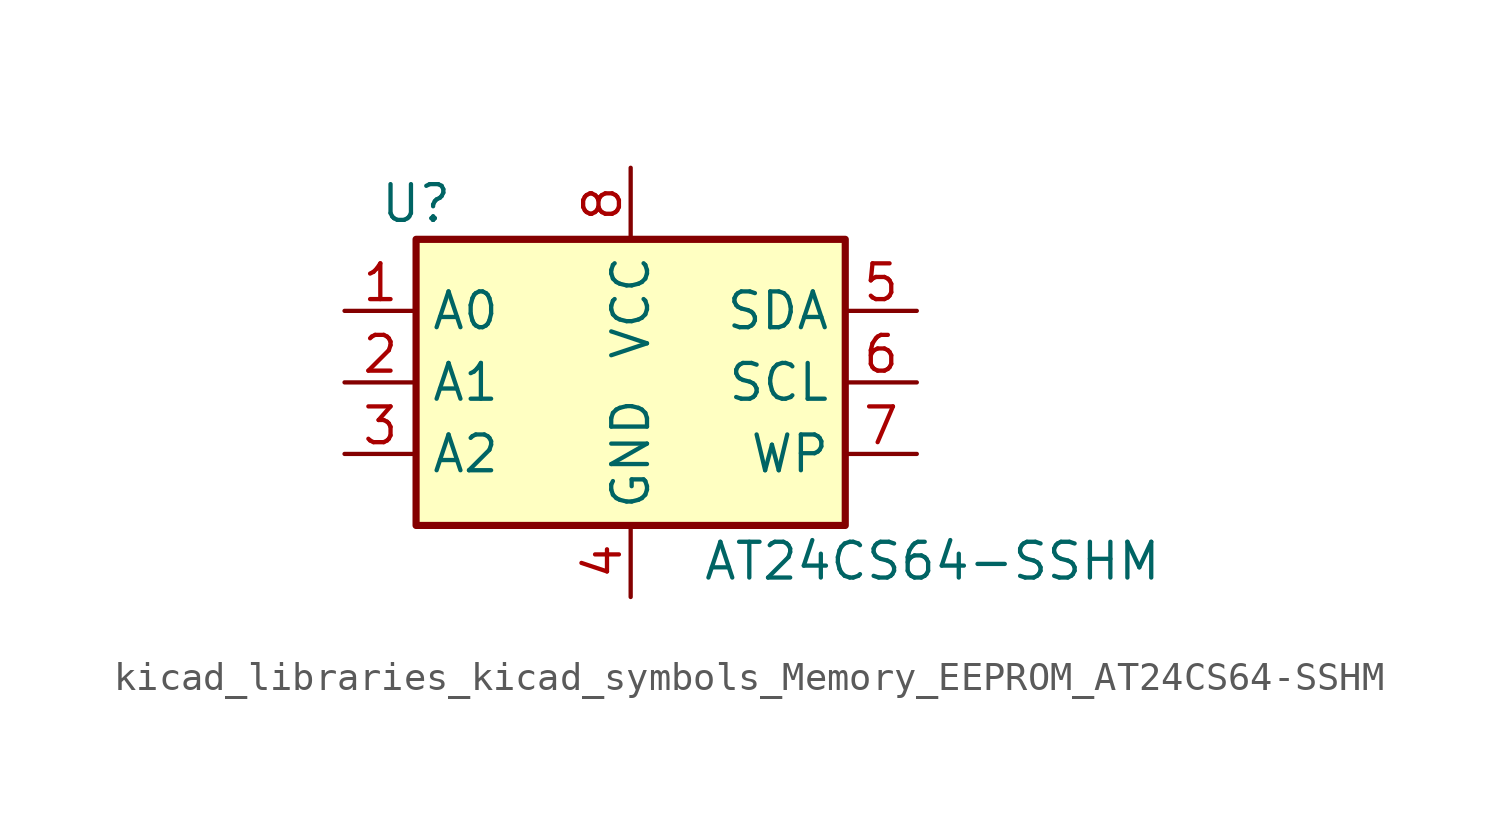
<source format=kicad_sym>
(kicad_symbol_lib
  (version 20220914)
  (generator kicad_symbol_editor)
  (symbol "kicad_libraries_kicad_symbols_Memory_EEPROM_AT24CS64-SSHM"
    (property "Reference" "U"
      (at -7.62 6.35 0)
      (effects (font (size 1.27 1.27))))
    (property "Value" "AT24CS64-SSHM"
      (at 2.54 -6.35 0)
      (effects (font (size 1.27 1.27)) (justify left)))
    (symbol "kicad_libraries_kicad_symbols_Memory_EEPROM_AT24CS64-SSHM_1_1"
      (rectangle (start -7.62 5.08) (end 7.62 -5.08) (stroke (width 0.254) (type default)) (fill (type background)))
      (pin input line (at -10.16 2.54 0) (length 2.54) (name "A0" (effects (font (size 1.27 1.27)))) (number "1" (effects (font (size 1.27 1.27)))))
      (pin input line (at -10.16 0 0) (length 2.54) (name "A1" (effects (font (size 1.27 1.27)))) (number "2" (effects (font (size 1.27 1.27)))))
      (pin input line (at -10.16 -2.54 0) (length 2.54) (name "A2" (effects (font (size 1.27 1.27)))) (number "3" (effects (font (size 1.27 1.27)))))
      (pin power_in line (at 0 -7.62 90) (length 2.54) (name "GND" (effects (font (size 1.27 1.27)))) (number "4" (effects (font (size 1.27 1.27)))))
      (pin bidirectional line (at 10.16 2.54 180) (length 2.54) (name "SDA" (effects (font (size 1.27 1.27)))) (number "5" (effects (font (size 1.27 1.27)))))
      (pin input line (at 10.16 0 180) (length 2.54) (name "SCL" (effects (font (size 1.27 1.27)))) (number "6" (effects (font (size 1.27 1.27)))))
      (pin input line (at 10.16 -2.54 180) (length 2.54) (name "WP" (effects (font (size 1.27 1.27)))) (number "7" (effects (font (size 1.27 1.27)))))
      (pin power_in line (at 0 7.62 270) (length 2.54) (name "VCC" (effects (font (size 1.27 1.27)))) (number "8" (effects (font (size 1.27 1.27))))))))
</source>
